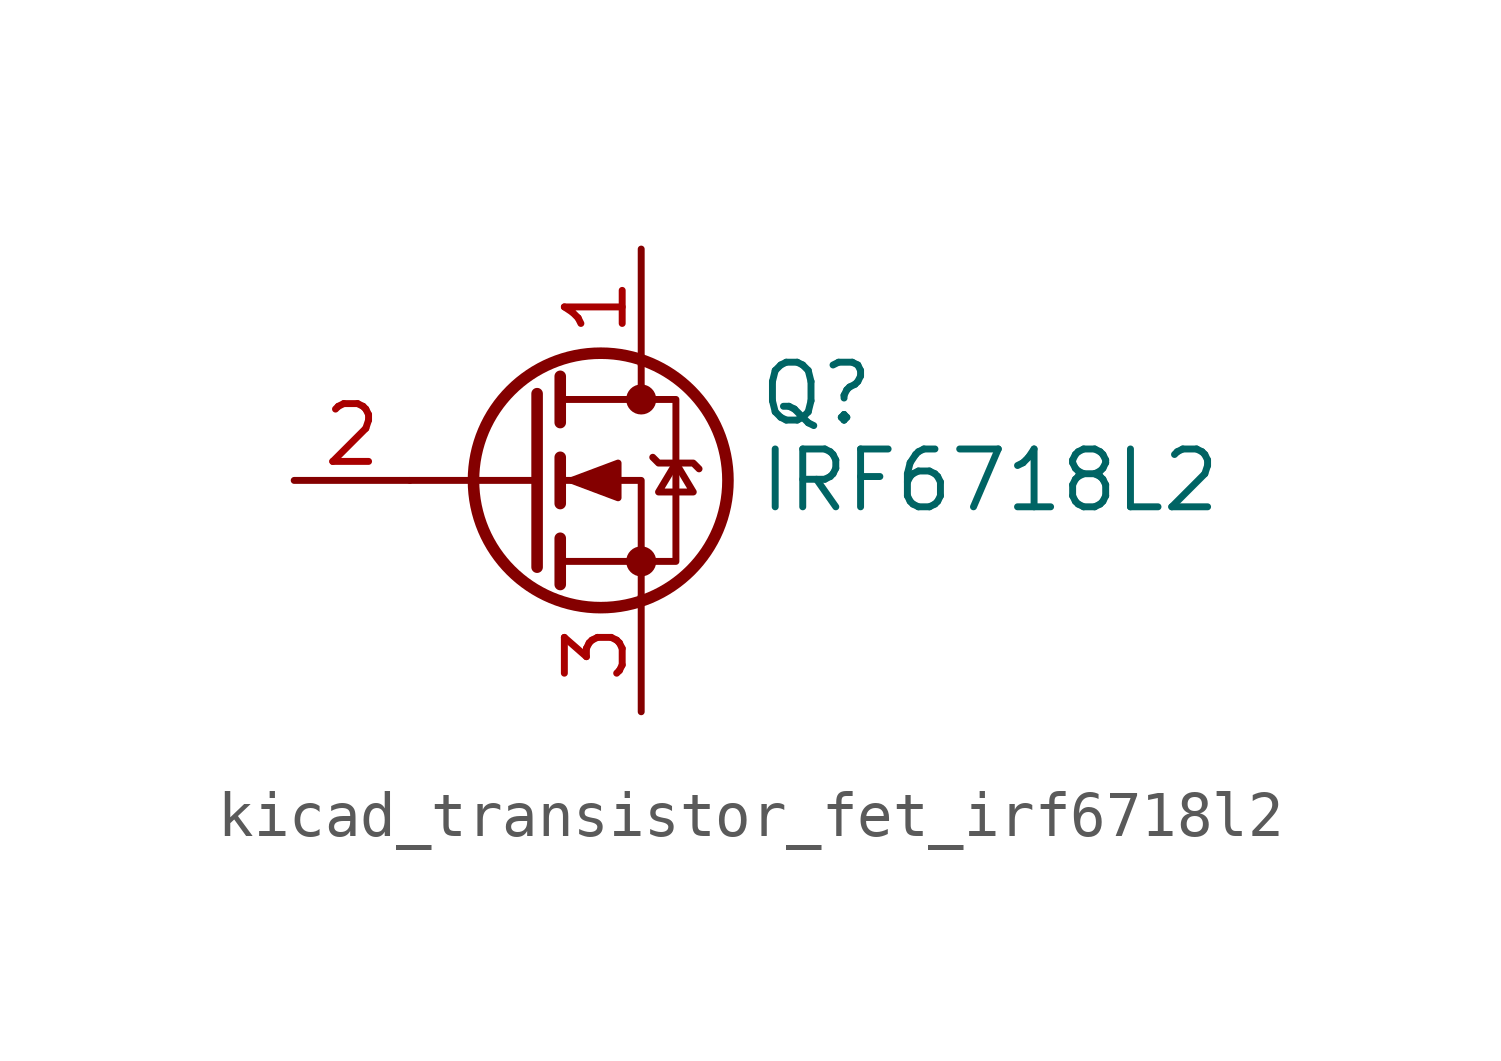
<source format=kicad_sym>
(kicad_symbol_lib
  (version 20220914)
  (generator kicad_symbol_editor)
  (symbol "kicad_transistor_fet_irf6718l2"
    (pin_names hide)
    (property "Reference" "Q"
      (at 5.08 1.905 0)
      (effects (font (size 1.27 1.27)) (justify left)))
    (property "Value" "IRF6718L2"
      (at 5.08 0 0)
      (effects (font (size 1.27 1.27)) (justify left)))
    (symbol "kicad_transistor_fet_irf6718l2_0_1"
      (polyline (pts (xy 0.254 0) (xy -2.54 0)) (stroke (width 0) (type default)) (fill (type none)))
      (polyline (pts (xy 0.254 1.905) (xy 0.254 -1.905)) (stroke (width 0.254) (type default)) (fill (type none)))
      (polyline (pts (xy 0.762 -1.27) (xy 0.762 -2.286)) (stroke (width 0.254) (type default)) (fill (type none)))
      (polyline (pts (xy 0.762 0.508) (xy 0.762 -0.508)) (stroke (width 0.254) (type default)) (fill (type none)))
      (polyline (pts (xy 0.762 2.286) (xy 0.762 1.27)) (stroke (width 0.254) (type default)) (fill (type none)))
      (polyline (pts (xy 2.54 2.54) (xy 2.54 1.778)) (stroke (width 0) (type default)) (fill (type none)))
      (polyline (pts (xy 2.54 -2.54) (xy 2.54 0) (xy 0.762 0)) (stroke (width 0) (type default)) (fill (type none)))
      (polyline (pts (xy 0.762 -1.778) (xy 3.302 -1.778) (xy 3.302 1.778) (xy 0.762 1.778)) (stroke (width 0) (type default)) (fill (type none)))
      (polyline (pts (xy 1.016 0) (xy 2.032 0.381) (xy 2.032 -0.381) (xy 1.016 0)) (stroke (width 0) (type default)) (fill (type outline)))
      (polyline (pts (xy 2.794 0.508) (xy 2.921 0.381) (xy 3.683 0.381) (xy 3.81 0.254)) (stroke (width 0) (type default)) (fill (type none)))
      (polyline (pts (xy 3.302 0.381) (xy 2.921 -0.254) (xy 3.683 -0.254) (xy 3.302 0.381)) (stroke (width 0) (type default)) (fill (type none)))
      (circle (center 1.651 0) (radius 2.794) (stroke (width 0.254) (type default)) (fill (type none)))
      (circle (center 2.54 -1.778) (radius 0.254) (stroke (width 0) (type default)) (fill (type outline)))
      (circle (center 2.54 1.778) (radius 0.254) (stroke (width 0) (type default)) (fill (type outline))))
    (symbol "kicad_transistor_fet_irf6718l2_1_1"
      (pin passive line (at 2.54 5.08 270) (length 2.54) (name "D" (effects (font (size 1.27 1.27)))) (number "1" (effects (font (size 1.27 1.27)))))
      (pin input line (at -5.08 0 0) (length 2.54) (name "G" (effects (font (size 1.27 1.27)))) (number "2" (effects (font (size 1.27 1.27)))))
      (pin passive line (at 2.54 -5.08 90) (length 2.54) (name "S" (effects (font (size 1.27 1.27)))) (number "3" (effects (font (size 1.27 1.27))))))))
</source>
